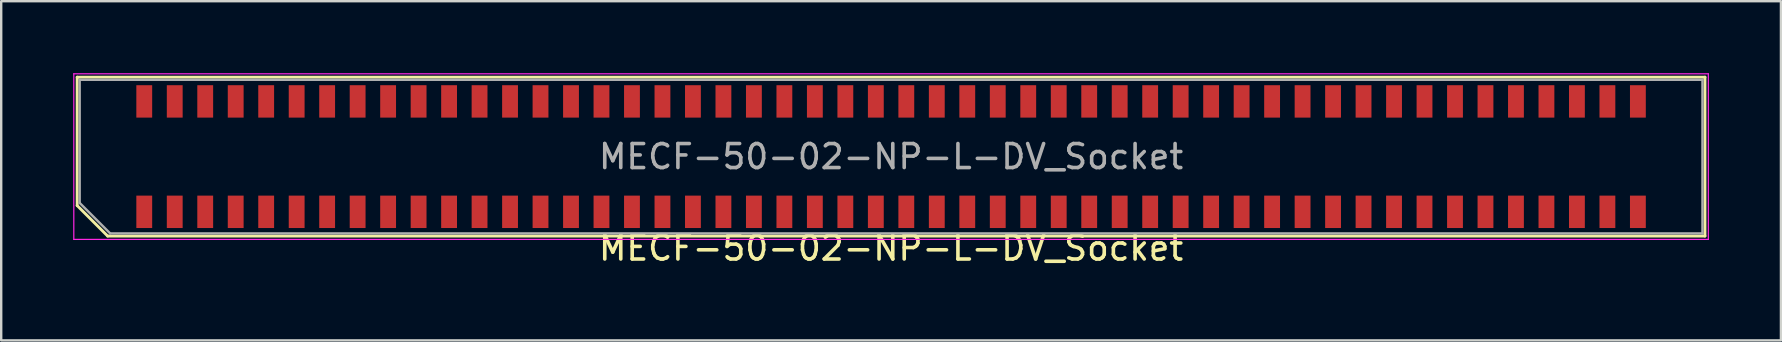
<source format=kicad_pcb>
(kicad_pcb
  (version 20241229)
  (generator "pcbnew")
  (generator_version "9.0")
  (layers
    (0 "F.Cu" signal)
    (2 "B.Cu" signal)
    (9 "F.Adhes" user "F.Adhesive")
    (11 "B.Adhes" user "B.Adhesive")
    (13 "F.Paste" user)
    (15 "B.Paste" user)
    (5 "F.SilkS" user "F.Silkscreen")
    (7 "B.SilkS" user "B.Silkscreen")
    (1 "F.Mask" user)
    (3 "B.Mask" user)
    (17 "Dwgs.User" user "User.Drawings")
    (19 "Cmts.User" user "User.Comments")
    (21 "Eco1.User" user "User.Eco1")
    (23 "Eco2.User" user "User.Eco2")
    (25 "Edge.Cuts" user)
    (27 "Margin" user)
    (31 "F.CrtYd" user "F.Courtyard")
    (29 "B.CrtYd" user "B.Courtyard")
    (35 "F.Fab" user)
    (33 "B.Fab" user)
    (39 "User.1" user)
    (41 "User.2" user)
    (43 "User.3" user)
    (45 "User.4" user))
  (footprint "MECF-50-02-NP-L-DV_Socket"
    (layer "F.Cu")
    (at 34.075 3.475)
    (property "Reference" "MECF-50-02-NP-L-DV_Socket" (at 0 3.81 0) (layer "F.SilkS") (effects (font (size 1 1) (thickness 0.15))))
    (attr smd)
    (fp_line (start -33.91 -3.31) (end 33.91 -3.31) (stroke (width 0.12) (type solid)) (layer "F.SilkS"))
    (fp_line (start -33.91 2.04) (end -33.91 -3.31) (stroke (width 0.12) (type solid)) (layer "F.SilkS"))
    (fp_line (start -32.64 3.31) (end -33.91 2.04) (stroke (width 0.12) (type solid)) (layer "F.SilkS"))
    (fp_line (start -32.64 3.31) (end 33.91 3.31) (stroke (width 0.12) (type solid)) (layer "F.SilkS"))
    (fp_line (start 33.91 3.31) (end 33.91 -3.31) (stroke (width 0.12) (type solid)) (layer "F.SilkS"))
    (fp_line (start -34.05 -3.45) (end -34.05 3.45) (stroke (width 0.05) (type solid)) (layer "F.CrtYd"))
    (fp_line (start -34.05 3.45) (end 34.05 3.45) (stroke (width 0.05) (type solid)) (layer "F.CrtYd"))
    (fp_line (start 34.05 -3.45) (end -34.05 -3.45) (stroke (width 0.05) (type solid)) (layer "F.CrtYd"))
    (fp_line (start 34.05 3.45) (end 34.05 -3.45) (stroke (width 0.05) (type solid)) (layer "F.CrtYd"))
    (fp_line (start -33.805 -3.2) (end 33.805 -3.2) (stroke (width 0.1) (type solid)) (layer "F.Fab"))
    (fp_line (start -33.805 1.93) (end -33.805 -3.2) (stroke (width 0.1) (type solid)) (layer "F.Fab"))
    (fp_line (start -33.805 1.93) (end -32.535 3.2) (stroke (width 0.1) (type solid)) (layer "F.Fab"))
    (fp_line (start -32.535 3.2) (end 33.805 3.2) (stroke (width 0.1) (type solid)) (layer "F.Fab"))
    (fp_line (start 33.805 3.2) (end 33.805 -3.2) (stroke (width 0.1) (type solid)) (layer "F.Fab"))
    (fp_text user "${REFERENCE}" (at 0 0 0) (layer "F.Fab") (effects (font (size 1 1) (thickness 0.15))))
    (pad "" np_thru_hole circle (at -32.895 0) (size 0.001 0.001) (drill 1.45) (layers "*.Cu" "*.Mask"))
    (pad "" np_thru_hole circle (at 32.895 1) (size 0.001 0.001) (drill 1.45) (layers "*.Cu" "*.Mask"))
    (pad "1" smd rect (at -31.115 2.3) (size 0.66 1.35) (layers "F.Cu" "F.Mask" "F.Paste"))
    (pad "2" smd rect (at -31.115 -2.3) (size 0.66 1.35) (layers "F.Cu" "F.Mask" "F.Paste"))
    (pad "3" smd rect (at -29.845 2.3) (size 0.66 1.35) (layers "F.Cu" "F.Mask" "F.Paste"))
    (pad "4" smd rect (at -29.845 -2.3) (size 0.66 1.35) (layers "F.Cu" "F.Mask" "F.Paste"))
    (pad "5" smd rect (at -28.575 2.3) (size 0.66 1.35) (layers "F.Cu" "F.Mask" "F.Paste"))
    (pad "6" smd rect (at -28.575 -2.3) (size 0.66 1.35) (layers "F.Cu" "F.Mask" "F.Paste"))
    (pad "7" smd rect (at -27.305 2.3) (size 0.66 1.35) (layers "F.Cu" "F.Mask" "F.Paste"))
    (pad "8" smd rect (at -27.305 -2.3) (size 0.66 1.35) (layers "F.Cu" "F.Mask" "F.Paste"))
    (pad "9" smd rect (at -26.035 2.3) (size 0.66 1.35) (layers "F.Cu" "F.Mask" "F.Paste"))
    (pad "10" smd rect (at -26.035 -2.3) (size 0.66 1.35) (layers "F.Cu" "F.Mask" "F.Paste"))
    (pad "11" smd rect (at -24.765 2.3) (size 0.66 1.35) (layers "F.Cu" "F.Mask" "F.Paste"))
    (pad "12" smd rect (at -24.765 -2.3) (size 0.66 1.35) (layers "F.Cu" "F.Mask" "F.Paste"))
    (pad "13" smd rect (at -23.495 2.3) (size 0.66 1.35) (layers "F.Cu" "F.Mask" "F.Paste"))
    (pad "14" smd rect (at -23.495 -2.3) (size 0.66 1.35) (layers "F.Cu" "F.Mask" "F.Paste"))
    (pad "15" smd rect (at -22.225 2.3) (size 0.66 1.35) (layers "F.Cu" "F.Mask" "F.Paste"))
    (pad "16" smd rect (at -22.225 -2.3) (size 0.66 1.35) (layers "F.Cu" "F.Mask" "F.Paste"))
    (pad "17" smd rect (at -20.955 2.3) (size 0.66 1.35) (layers "F.Cu" "F.Mask" "F.Paste"))
    (pad "18" smd rect (at -20.955 -2.3) (size 0.66 1.35) (layers "F.Cu" "F.Mask" "F.Paste"))
    (pad "19" smd rect (at -19.685 2.3) (size 0.66 1.35) (layers "F.Cu" "F.Mask" "F.Paste"))
    (pad "20" smd rect (at -19.685 -2.3) (size 0.66 1.35) (layers "F.Cu" "F.Mask" "F.Paste"))
    (pad "21" smd rect (at -18.415 2.3) (size 0.66 1.35) (layers "F.Cu" "F.Mask" "F.Paste"))
    (pad "22" smd rect (at -18.415 -2.3) (size 0.66 1.35) (layers "F.Cu" "F.Mask" "F.Paste"))
    (pad "23" smd rect (at -17.145 2.3) (size 0.66 1.35) (layers "F.Cu" "F.Mask" "F.Paste"))
    (pad "24" smd rect (at -17.145 -2.3) (size 0.66 1.35) (layers "F.Cu" "F.Mask" "F.Paste"))
    (pad "25" smd rect (at -15.875 2.3) (size 0.66 1.35) (layers "F.Cu" "F.Mask" "F.Paste"))
    (pad "26" smd rect (at -15.875 -2.3) (size 0.66 1.35) (layers "F.Cu" "F.Mask" "F.Paste"))
    (pad "27" smd rect (at -14.605 2.3) (size 0.66 1.35) (layers "F.Cu" "F.Mask" "F.Paste"))
    (pad "28" smd rect (at -14.605 -2.3) (size 0.66 1.35) (layers "F.Cu" "F.Mask" "F.Paste"))
    (pad "29" smd rect (at -13.335 2.3) (size 0.66 1.35) (layers "F.Cu" "F.Mask" "F.Paste"))
    (pad "30" smd rect (at -13.335 -2.3) (size 0.66 1.35) (layers "F.Cu" "F.Mask" "F.Paste"))
    (pad "31" smd rect (at -12.065 2.3) (size 0.66 1.35) (layers "F.Cu" "F.Mask" "F.Paste"))
    (pad "32" smd rect (at -12.065 -2.3) (size 0.66 1.35) (layers "F.Cu" "F.Mask" "F.Paste"))
    (pad "33" smd rect (at -10.795 2.3) (size 0.66 1.35) (layers "F.Cu" "F.Mask" "F.Paste"))
    (pad "34" smd rect (at -10.795 -2.3) (size 0.66 1.35) (layers "F.Cu" "F.Mask" "F.Paste"))
    (pad "35" smd rect (at -9.525 2.3) (size 0.66 1.35) (layers "F.Cu" "F.Mask" "F.Paste"))
    (pad "36" smd rect (at -9.525 -2.3) (size 0.66 1.35) (layers "F.Cu" "F.Mask" "F.Paste"))
    (pad "37" smd rect (at -8.255 2.3) (size 0.66 1.35) (layers "F.Cu" "F.Mask" "F.Paste"))
    (pad "38" smd rect (at -8.255 -2.3) (size 0.66 1.35) (layers "F.Cu" "F.Mask" "F.Paste"))
    (pad "39" smd rect (at -6.985 2.3) (size 0.66 1.35) (layers "F.Cu" "F.Mask" "F.Paste"))
    (pad "40" smd rect (at -6.985 -2.3) (size 0.66 1.35) (layers "F.Cu" "F.Mask" "F.Paste"))
    (pad "41" smd rect (at -5.715 2.3) (size 0.66 1.35) (layers "F.Cu" "F.Mask" "F.Paste"))
    (pad "42" smd rect (at -5.715 -2.3) (size 0.66 1.35) (layers "F.Cu" "F.Mask" "F.Paste"))
    (pad "43" smd rect (at -4.445 2.3) (size 0.66 1.35) (layers "F.Cu" "F.Mask" "F.Paste"))
    (pad "44" smd rect (at -4.445 -2.3) (size 0.66 1.35) (layers "F.Cu" "F.Mask" "F.Paste"))
    (pad "45" smd rect (at -3.175 2.3) (size 0.66 1.35) (layers "F.Cu" "F.Mask" "F.Paste"))
    (pad "46" smd rect (at -3.175 -2.3) (size 0.66 1.35) (layers "F.Cu" "F.Mask" "F.Paste"))
    (pad "47" smd rect (at -1.905 2.3) (size 0.66 1.35) (layers "F.Cu" "F.Mask" "F.Paste"))
    (pad "48" smd rect (at -1.905 -2.3) (size 0.66 1.35) (layers "F.Cu" "F.Mask" "F.Paste"))
    (pad "49" smd rect (at -0.635 2.3) (size 0.66 1.35) (layers "F.Cu" "F.Mask" "F.Paste"))
    (pad "50" smd rect (at -0.635 -2.3) (size 0.66 1.35) (layers "F.Cu" "F.Mask" "F.Paste"))
    (pad "51" smd rect (at 0.635 2.3) (size 0.66 1.35) (layers "F.Cu" "F.Mask" "F.Paste"))
    (pad "52" smd rect (at 0.635 -2.3) (size 0.66 1.35) (layers "F.Cu" "F.Mask" "F.Paste"))
    (pad "53" smd rect (at 1.905 2.3) (size 0.66 1.35) (layers "F.Cu" "F.Mask" "F.Paste"))
    (pad "54" smd rect (at 1.905 -2.3) (size 0.66 1.35) (layers "F.Cu" "F.Mask" "F.Paste"))
    (pad "55" smd rect (at 3.175 2.3) (size 0.66 1.35) (layers "F.Cu" "F.Mask" "F.Paste"))
    (pad "56" smd rect (at 3.175 -2.3) (size 0.66 1.35) (layers "F.Cu" "F.Mask" "F.Paste"))
    (pad "57" smd rect (at 4.445 2.3) (size 0.66 1.35) (layers "F.Cu" "F.Mask" "F.Paste"))
    (pad "58" smd rect (at 4.445 -2.3) (size 0.66 1.35) (layers "F.Cu" "F.Mask" "F.Paste"))
    (pad "59" smd rect (at 5.715 2.3) (size 0.66 1.35) (layers "F.Cu" "F.Mask" "F.Paste"))
    (pad "60" smd rect (at 5.715 -2.3) (size 0.66 1.35) (layers "F.Cu" "F.Mask" "F.Paste"))
    (pad "61" smd rect (at 6.985 2.3) (size 0.66 1.35) (layers "F.Cu" "F.Mask" "F.Paste"))
    (pad "62" smd rect (at 6.985 -2.3) (size 0.66 1.35) (layers "F.Cu" "F.Mask" "F.Paste"))
    (pad "63" smd rect (at 8.255 2.3) (size 0.66 1.35) (layers "F.Cu" "F.Mask" "F.Paste"))
    (pad "64" smd rect (at 8.255 -2.3) (size 0.66 1.35) (layers "F.Cu" "F.Mask" "F.Paste"))
    (pad "65" smd rect (at 9.525 2.3) (size 0.66 1.35) (layers "F.Cu" "F.Mask" "F.Paste"))
    (pad "66" smd rect (at 9.525 -2.3) (size 0.66 1.35) (layers "F.Cu" "F.Mask" "F.Paste"))
    (pad "67" smd rect (at 10.795 2.3) (size 0.66 1.35) (layers "F.Cu" "F.Mask" "F.Paste"))
    (pad "68" smd rect (at 10.795 -2.3) (size 0.66 1.35) (layers "F.Cu" "F.Mask" "F.Paste"))
    (pad "69" smd rect (at 12.065 2.3) (size 0.66 1.35) (layers "F.Cu" "F.Mask" "F.Paste"))
    (pad "70" smd rect (at 12.065 -2.3) (size 0.66 1.35) (layers "F.Cu" "F.Mask" "F.Paste"))
    (pad "71" smd rect (at 13.335 2.3) (size 0.66 1.35) (layers "F.Cu" "F.Mask" "F.Paste"))
    (pad "72" smd rect (at 13.335 -2.3) (size 0.66 1.35) (layers "F.Cu" "F.Mask" "F.Paste"))
    (pad "73" smd rect (at 14.605 2.3) (size 0.66 1.35) (layers "F.Cu" "F.Mask" "F.Paste"))
    (pad "74" smd rect (at 14.605 -2.3) (size 0.66 1.35) (layers "F.Cu" "F.Mask" "F.Paste"))
    (pad "75" smd rect (at 15.875 2.3) (size 0.66 1.35) (layers "F.Cu" "F.Mask" "F.Paste"))
    (pad "76" smd rect (at 15.875 -2.3) (size 0.66 1.35) (layers "F.Cu" "F.Mask" "F.Paste"))
    (pad "77" smd rect (at 17.145 2.3) (size 0.66 1.35) (layers "F.Cu" "F.Mask" "F.Paste"))
    (pad "78" smd rect (at 17.145 -2.3) (size 0.66 1.35) (layers "F.Cu" "F.Mask" "F.Paste"))
    (pad "79" smd rect (at 18.415 2.3) (size 0.66 1.35) (layers "F.Cu" "F.Mask" "F.Paste"))
    (pad "80" smd rect (at 18.415 -2.3) (size 0.66 1.35) (layers "F.Cu" "F.Mask" "F.Paste"))
    (pad "81" smd rect (at 19.685 2.3) (size 0.66 1.35) (layers "F.Cu" "F.Mask" "F.Paste"))
    (pad "82" smd rect (at 19.685 -2.3) (size 0.66 1.35) (layers "F.Cu" "F.Mask" "F.Paste"))
    (pad "83" smd rect (at 20.955 2.3) (size 0.66 1.35) (layers "F.Cu" "F.Mask" "F.Paste"))
    (pad "84" smd rect (at 20.955 -2.3) (size 0.66 1.35) (layers "F.Cu" "F.Mask" "F.Paste"))
    (pad "85" smd rect (at 22.225 2.3) (size 0.66 1.35) (layers "F.Cu" "F.Mask" "F.Paste"))
    (pad "86" smd rect (at 22.225 -2.3) (size 0.66 1.35) (layers "F.Cu" "F.Mask" "F.Paste"))
    (pad "87" smd rect (at 23.495 2.3) (size 0.66 1.35) (layers "F.Cu" "F.Mask" "F.Paste"))
    (pad "88" smd rect (at 23.495 -2.3) (size 0.66 1.35) (layers "F.Cu" "F.Mask" "F.Paste"))
    (pad "89" smd rect (at 24.765 2.3) (size 0.66 1.35) (layers "F.Cu" "F.Mask" "F.Paste"))
    (pad "90" smd rect (at 24.765 -2.3) (size 0.66 1.35) (layers "F.Cu" "F.Mask" "F.Paste"))
    (pad "91" smd rect (at 26.035 2.3) (size 0.66 1.35) (layers "F.Cu" "F.Mask" "F.Paste"))
    (pad "92" smd rect (at 26.035 -2.3) (size 0.66 1.35) (layers "F.Cu" "F.Mask" "F.Paste"))
    (pad "93" smd rect (at 27.305 2.3) (size 0.66 1.35) (layers "F.Cu" "F.Mask" "F.Paste"))
    (pad "94" smd rect (at 27.305 -2.3) (size 0.66 1.35) (layers "F.Cu" "F.Mask" "F.Paste"))
    (pad "95" smd rect (at 28.575 2.3) (size 0.66 1.35) (layers "F.Cu" "F.Mask" "F.Paste"))
    (pad "96" smd rect (at 28.575 -2.3) (size 0.66 1.35) (layers "F.Cu" "F.Mask" "F.Paste"))
    (pad "97" smd rect (at 29.845 2.3) (size 0.66 1.35) (layers "F.Cu" "F.Mask" "F.Paste"))
    (pad "98" smd rect (at 29.845 -2.3) (size 0.66 1.35) (layers "F.Cu" "F.Mask" "F.Paste"))
    (pad "99" smd rect (at 31.115 2.3) (size 0.66 1.35) (layers "F.Cu" "F.Mask" "F.Paste"))
    (pad "100" smd rect (at 31.115 -2.3) (size 0.66 1.35) (layers "F.Cu" "F.Mask" "F.Paste")))
  (gr_rect
    (start -3 -3)
    (end 71.15 11.133)
    (stroke (width 0.1) (type default))
    (fill no)
    (layer "Edge.Cuts")))
</source>
